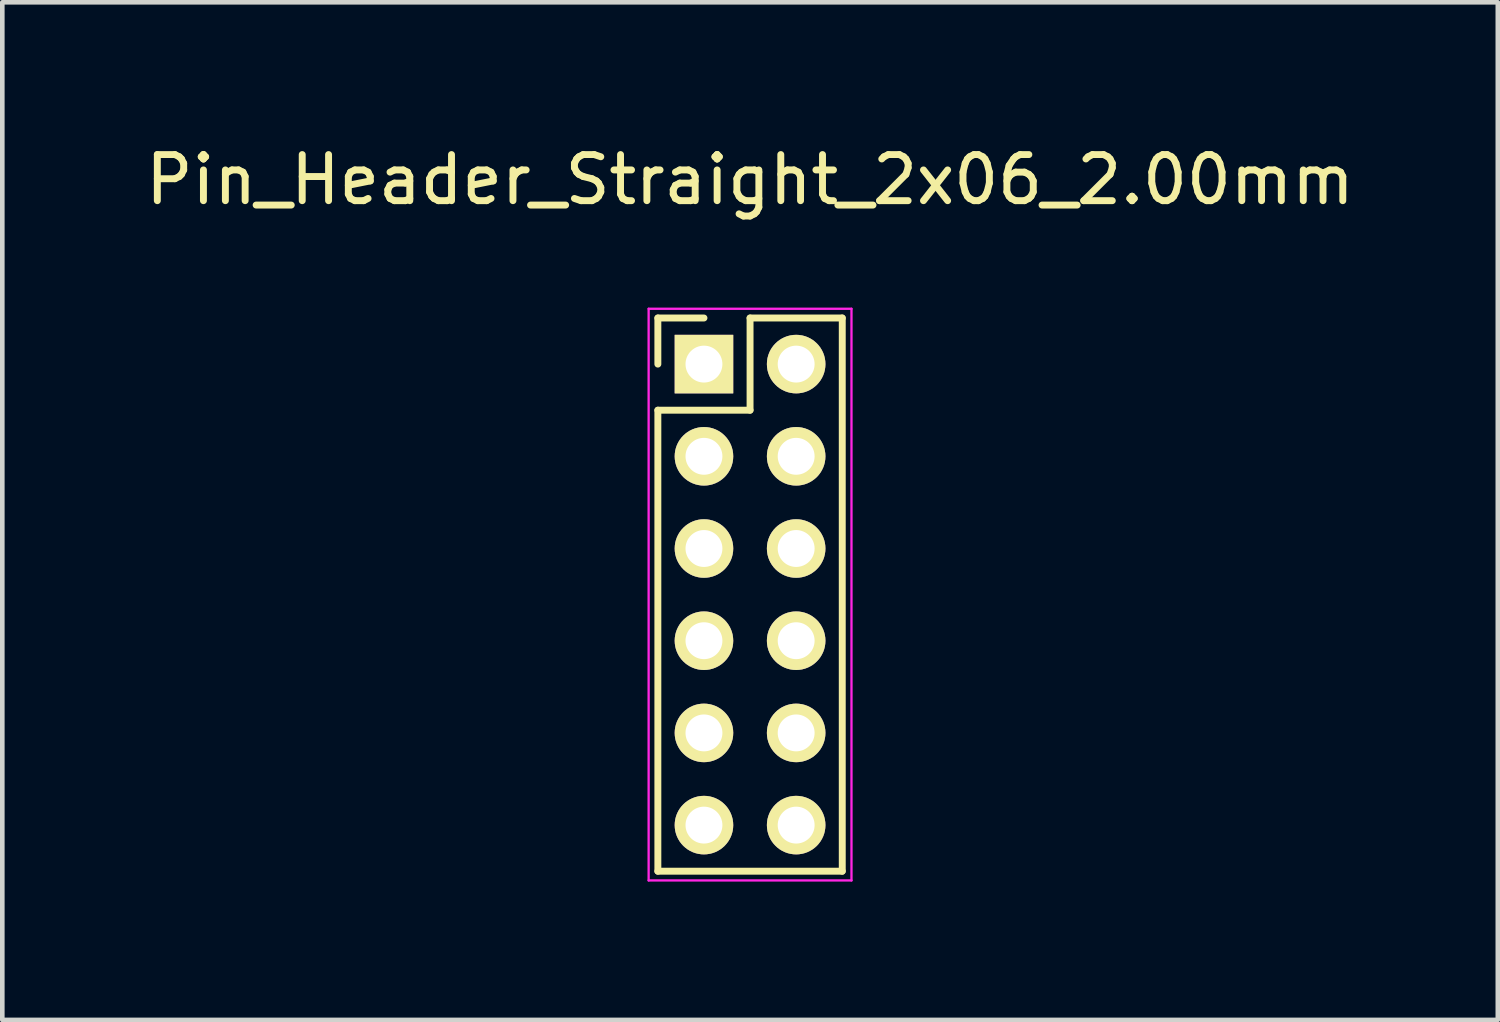
<source format=kicad_pcb>
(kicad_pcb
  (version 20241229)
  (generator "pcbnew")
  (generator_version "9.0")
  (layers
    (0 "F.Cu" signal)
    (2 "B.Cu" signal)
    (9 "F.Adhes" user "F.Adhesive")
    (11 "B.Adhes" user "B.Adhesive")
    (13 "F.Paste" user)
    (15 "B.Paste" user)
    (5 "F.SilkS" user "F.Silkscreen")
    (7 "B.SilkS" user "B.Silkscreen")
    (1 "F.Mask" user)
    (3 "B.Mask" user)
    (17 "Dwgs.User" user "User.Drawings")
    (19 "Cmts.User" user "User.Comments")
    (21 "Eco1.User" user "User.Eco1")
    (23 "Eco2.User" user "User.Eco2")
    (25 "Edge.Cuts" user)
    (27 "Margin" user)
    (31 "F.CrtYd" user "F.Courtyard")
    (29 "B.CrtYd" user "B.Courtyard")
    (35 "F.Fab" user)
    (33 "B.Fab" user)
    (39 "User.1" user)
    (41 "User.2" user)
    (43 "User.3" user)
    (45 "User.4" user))
  (footprint "Pin_Header_Straight_2x06_2.00mm"
    (layer "F.Cu")
    (at 12.22 4.848)
    (property "Reference" "Pin_Header_Straight_2x06_2.00mm" (at 1 -4 0) (layer "F.SilkS") (effects (font (size 1 1) (thickness 0.15))))
    (attr through_hole)
    (fp_line (start -1 -1) (end -1 0) (stroke (width 0.15) (type solid)) (layer "F.SilkS"))
    (fp_line (start -1 1) (end -1 11) (stroke (width 0.15) (type solid)) (layer "F.SilkS"))
    (fp_line (start 0 -1) (end -1 -1) (stroke (width 0.15) (type solid)) (layer "F.SilkS"))
    (fp_line (start 1 -1) (end 1 1) (stroke (width 0.15) (type solid)) (layer "F.SilkS"))
    (fp_line (start 1 1) (end -1 1) (stroke (width 0.15) (type solid)) (layer "F.SilkS"))
    (fp_line (start 3 -1) (end 1 -1) (stroke (width 0.15) (type solid)) (layer "F.SilkS"))
    (fp_line (start 3 11) (end -1 11) (stroke (width 0.15) (type solid)) (layer "F.SilkS"))
    (fp_line (start 3 11) (end 3 -1) (stroke (width 0.15) (type solid)) (layer "F.SilkS"))
    (fp_line (start -1.2 -1.2) (end -1.2 11.2) (stroke (width 0.05) (type solid)) (layer "F.CrtYd"))
    (fp_line (start -1.2 -1.2) (end 3.2 -1.2) (stroke (width 0.05) (type solid)) (layer "F.CrtYd"))
    (fp_line (start -1.2 11.2) (end 3.2 11.2) (stroke (width 0.05) (type solid)) (layer "F.CrtYd"))
    (fp_line (start 3.2 -1.2) (end 3.2 11.2) (stroke (width 0.05) (type solid)) (layer "F.CrtYd"))
    (pad "1" thru_hole rect (at 0 0) (size 1.27 1.27) (drill 0.8) (layers "*.Cu" "*.Mask" "F.SilkS"))
    (pad "2" thru_hole oval (at 2 0) (size 1.27 1.27) (drill 0.8) (layers "*.Cu" "*.Mask" "F.SilkS"))
    (pad "3" thru_hole oval (at 0 2) (size 1.27 1.27) (drill 0.8) (layers "*.Cu" "*.Mask" "F.SilkS"))
    (pad "4" thru_hole oval (at 2 2) (size 1.27 1.27) (drill 0.8) (layers "*.Cu" "*.Mask" "F.SilkS"))
    (pad "5" thru_hole oval (at 0 4) (size 1.27 1.27) (drill 0.8) (layers "*.Cu" "*.Mask" "F.SilkS"))
    (pad "6" thru_hole oval (at 2 4) (size 1.27 1.27) (drill 0.8) (layers "*.Cu" "*.Mask" "F.SilkS"))
    (pad "7" thru_hole oval (at 0 6) (size 1.27 1.27) (drill 0.8) (layers "*.Cu" "*.Mask" "F.SilkS"))
    (pad "8" thru_hole oval (at 2 6) (size 1.27 1.27) (drill 0.8) (layers "*.Cu" "*.Mask" "F.SilkS"))
    (pad "9" thru_hole oval (at 0 8) (size 1.27 1.27) (drill 0.8) (layers "*.Cu" "*.Mask" "F.SilkS"))
    (pad "10" thru_hole oval (at 2 8) (size 1.27 1.27) (drill 0.8) (layers "*.Cu" "*.Mask" "F.SilkS"))
    (pad "11" thru_hole oval (at 0 10) (size 1.27 1.27) (drill 0.8) (layers "*.Cu" "*.Mask" "F.SilkS"))
    (pad "12" thru_hole oval (at 2 10) (size 1.27 1.27) (drill 0.8) (layers "*.Cu" "*.Mask" "F.SilkS")))
  (gr_rect
    (start -3 -3)
    (end 29.44 19.073)
    (stroke (width 0.1) (type default))
    (fill no)
    (layer "Edge.Cuts")))
</source>
